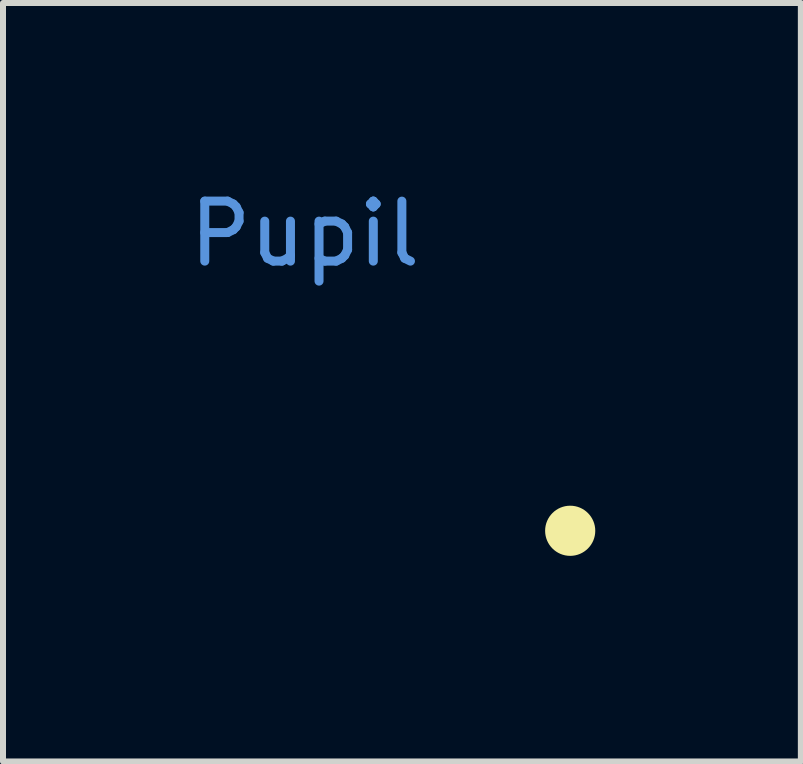
<source format=kicad_pcb>
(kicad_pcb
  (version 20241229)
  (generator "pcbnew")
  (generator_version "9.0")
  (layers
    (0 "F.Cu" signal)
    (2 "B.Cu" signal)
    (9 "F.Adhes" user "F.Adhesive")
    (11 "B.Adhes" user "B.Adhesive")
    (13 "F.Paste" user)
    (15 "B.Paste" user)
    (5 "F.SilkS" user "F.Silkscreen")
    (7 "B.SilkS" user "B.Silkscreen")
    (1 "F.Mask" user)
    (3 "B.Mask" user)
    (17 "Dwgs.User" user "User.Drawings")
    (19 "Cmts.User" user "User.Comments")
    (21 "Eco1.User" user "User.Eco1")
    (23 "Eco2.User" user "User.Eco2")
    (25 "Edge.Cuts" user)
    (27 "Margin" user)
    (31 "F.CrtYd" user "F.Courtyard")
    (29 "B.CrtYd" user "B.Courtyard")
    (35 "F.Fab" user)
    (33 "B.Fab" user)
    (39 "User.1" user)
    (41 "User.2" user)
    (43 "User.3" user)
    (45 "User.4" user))
  (footprint "Pupil"
    (layer "F.Cu")
    (at 6.455 5.798)
    (property "Reference" "Pupil" (at -4.425 -4.95 0) (unlocked yes) (layer "Cmts.User") (effects (font (size 1 1) (thickness 0.15))))
    (fp_circle (center 0 0) (end 0.785 0) (stroke (width 0.12) (type solid)) (fill yes) (layer "F.Mask"))
    (fp_circle (center 0 0) (end 0.358 0) (stroke (width 0.12) (type solid)) (fill yes) (layer "F.SilkS")))
  (gr_rect
    (start -3 -3)
    (end 10.3 9.643)
    (stroke (width 0.1) (type default))
    (fill no)
    (layer "Edge.Cuts")))
</source>
